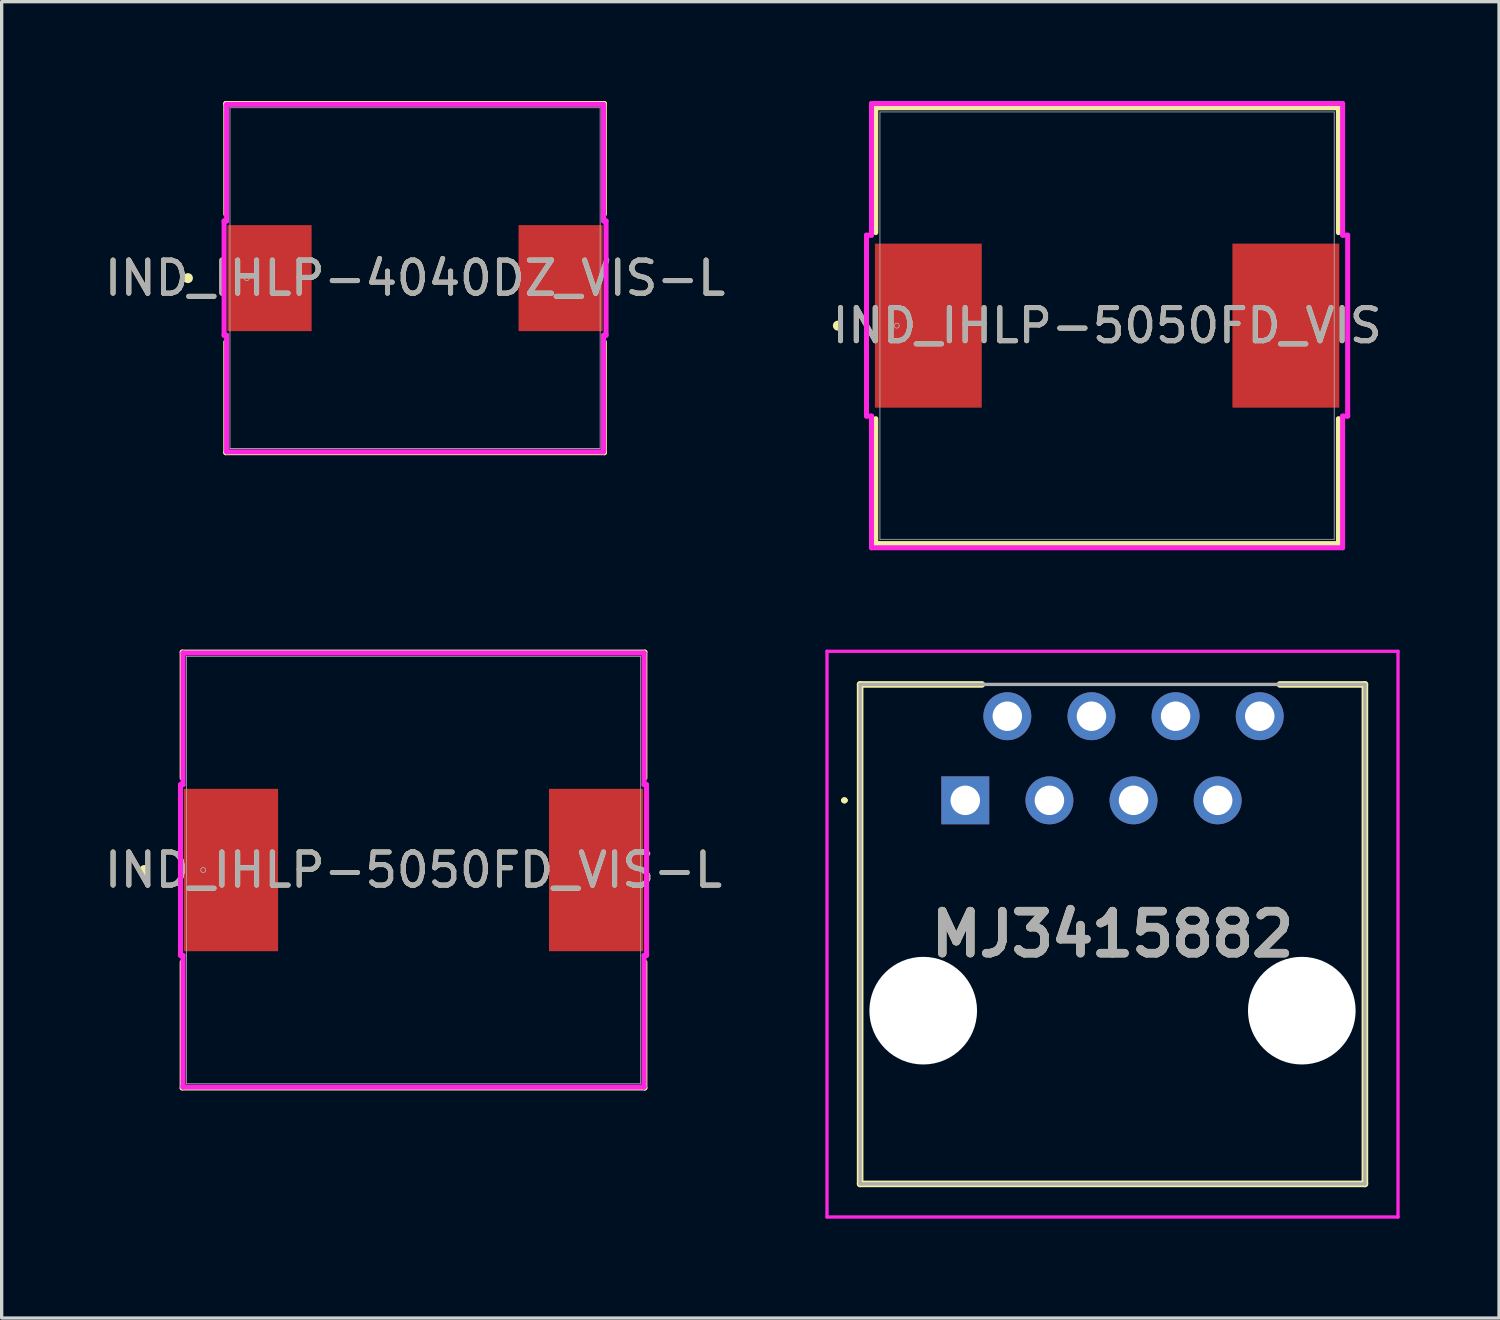
<source format=kicad_pcb>
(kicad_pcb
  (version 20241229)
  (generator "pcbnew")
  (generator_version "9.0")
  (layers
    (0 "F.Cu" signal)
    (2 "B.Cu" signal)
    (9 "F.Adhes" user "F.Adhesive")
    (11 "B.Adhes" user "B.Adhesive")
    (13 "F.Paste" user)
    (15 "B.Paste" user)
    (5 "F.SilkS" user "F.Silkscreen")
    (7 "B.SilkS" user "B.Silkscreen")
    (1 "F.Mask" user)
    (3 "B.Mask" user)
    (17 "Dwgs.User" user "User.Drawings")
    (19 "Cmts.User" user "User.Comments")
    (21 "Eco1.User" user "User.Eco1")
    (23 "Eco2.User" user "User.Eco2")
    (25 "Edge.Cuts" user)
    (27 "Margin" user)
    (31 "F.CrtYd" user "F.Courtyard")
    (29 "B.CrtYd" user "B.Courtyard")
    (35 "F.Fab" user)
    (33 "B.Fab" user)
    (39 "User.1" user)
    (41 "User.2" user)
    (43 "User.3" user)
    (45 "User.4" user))
  (footprint "MJ3415882"
    (layer "F.Cu")
    (at 26.094 21.114)
    (property "Reference" "MJ3415882" (at 4.445 4.04 0) (layer "F.SilkS") (effects (font (size 1.27 1.27) (thickness 0.254))))
    (attr through_hole)
    (fp_line (start -3.7 0) (end -3.7 0) (stroke (width 0.1) (type solid)) (layer "F.SilkS"))
    (fp_line (start -3.6 0) (end -3.6 0) (stroke (width 0.1) (type solid)) (layer "F.SilkS"))
    (fp_line (start -3.175 -3.5) (end -3.175 11.58) (stroke (width 0.2) (type solid)) (layer "F.SilkS"))
    (fp_line (start -3.175 11.58) (end 12.065 11.58) (stroke (width 0.2) (type solid)) (layer "F.SilkS"))
    (fp_line (start 0.5 -3.5) (end -3.175 -3.5) (stroke (width 0.2) (type solid)) (layer "F.SilkS"))
    (fp_line (start 12.065 -3.5) (end 9.5 -3.5) (stroke (width 0.2) (type solid)) (layer "F.SilkS"))
    (fp_line (start 12.065 11.58) (end 12.065 -3.5) (stroke (width 0.2) (type solid)) (layer "F.SilkS"))
    (fp_arc (start -3.7 0) (mid -3.65 -0.05) (end -3.6 0) (stroke (width 0.1) (type solid)) (layer "F.SilkS"))
    (fp_arc (start -3.6 0) (mid -3.65 0.05) (end -3.7 0) (stroke (width 0.1) (type solid)) (layer "F.SilkS"))
    (fp_line (start -4.175 -4.5) (end 13.065 -4.5) (stroke (width 0.1) (type solid)) (layer "F.CrtYd"))
    (fp_line (start -4.175 12.58) (end -4.175 -4.5) (stroke (width 0.1) (type solid)) (layer "F.CrtYd"))
    (fp_line (start 13.065 -4.5) (end 13.065 12.58) (stroke (width 0.1) (type solid)) (layer "F.CrtYd"))
    (fp_line (start 13.065 12.58) (end -4.175 12.58) (stroke (width 0.1) (type solid)) (layer "F.CrtYd"))
    (fp_line (start -3.175 -3.5) (end 12.065 -3.5) (stroke (width 0.1) (type solid)) (layer "F.Fab"))
    (fp_line (start -3.175 11.58) (end -3.175 -3.5) (stroke (width 0.1) (type solid)) (layer "F.Fab"))
    (fp_line (start 12.065 -3.5) (end 12.065 11.58) (stroke (width 0.1) (type solid)) (layer "F.Fab"))
    (fp_line (start 12.065 11.58) (end -3.175 11.58) (stroke (width 0.1) (type solid)) (layer "F.Fab"))
    (fp_text user "${REFERENCE}" (at 4.445 4.04 0) (layer "F.Fab") (effects (font (size 1.27 1.27) (thickness 0.254))))
    (pad "" np_thru_hole circle (at -1.27 6.35) (size 3.25 3.25) (drill 3.25) (layers "*.Cu" "*.Mask"))
    (pad "" np_thru_hole circle (at 10.16 6.35) (size 3.25 3.25) (drill 3.25) (layers "*.Cu" "*.Mask"))
    (pad "1" thru_hole rect (at 0 0) (size 1.446 1.446) (drill 0.89) (layers "*.Cu" "*.Mask"))
    (pad "2" thru_hole circle (at 1.27 -2.54) (size 1.446 1.446) (drill 0.89) (layers "*.Cu" "*.Mask"))
    (pad "3" thru_hole circle (at 2.54 0) (size 1.446 1.446) (drill 0.89) (layers "*.Cu" "*.Mask"))
    (pad "4" thru_hole circle (at 3.81 -2.54) (size 1.446 1.446) (drill 0.89) (layers "*.Cu" "*.Mask"))
    (pad "5" thru_hole circle (at 5.08 0) (size 1.446 1.446) (drill 0.89) (layers "*.Cu" "*.Mask"))
    (pad "6" thru_hole circle (at 6.35 -2.54) (size 1.446 1.446) (drill 0.89) (layers "*.Cu" "*.Mask"))
    (pad "7" thru_hole circle (at 7.62 0) (size 1.446 1.446) (drill 0.89) (layers "*.Cu" "*.Mask"))
    (pad "8" thru_hole circle (at 8.89 -2.54) (size 1.446 1.446) (drill 0.89) (layers "*.Cu" "*.Mask")))
  (footprint "IND_IHLP-5050FD_VIS-L"
    (layer "F.Cu")
    (at 9.435 23.218)
    (property "Reference" "IND_IHLP-5050FD_VIS-L" (at 0 0 0) (unlocked yes) (layer "F.SilkS") (effects (font (size 1 1) (thickness 0.15))))
    (attr smd)
    (fp_line (start -6.985 -6.579) (end -6.985 -2.78) (stroke (width 0.152) (type solid)) (layer "F.SilkS"))
    (fp_line (start -6.985 2.78) (end -6.985 6.579) (stroke (width 0.152) (type solid)) (layer "F.SilkS"))
    (fp_line (start -6.985 6.579) (end 6.985 6.579) (stroke (width 0.152) (type solid)) (layer "F.SilkS"))
    (fp_line (start 6.985 -6.579) (end -6.985 -6.579) (stroke (width 0.152) (type solid)) (layer "F.SilkS"))
    (fp_line (start 6.985 -2.78) (end 6.985 -6.579) (stroke (width 0.152) (type solid)) (layer "F.SilkS"))
    (fp_line (start 6.985 6.579) (end 6.985 2.78) (stroke (width 0.152) (type solid)) (layer "F.SilkS"))
    (fp_circle (center -8.128 0) (end -8.052 0) (stroke (width 0.152) (type solid)) (fill no) (layer "F.SilkS"))
    (fp_line (start -7.036 -2.578) (end -6.96 -2.578) (stroke (width 0.152) (type solid)) (layer "F.CrtYd"))
    (fp_line (start -7.036 2.578) (end -7.036 -2.578) (stroke (width 0.152) (type solid)) (layer "F.CrtYd"))
    (fp_line (start -6.96 -6.553) (end 6.96 -6.553) (stroke (width 0.152) (type solid)) (layer "F.CrtYd"))
    (fp_line (start -6.96 -2.578) (end -6.96 -6.553) (stroke (width 0.152) (type solid)) (layer "F.CrtYd"))
    (fp_line (start -6.96 2.578) (end -7.036 2.578) (stroke (width 0.152) (type solid)) (layer "F.CrtYd"))
    (fp_line (start -6.96 6.553) (end -6.96 2.578) (stroke (width 0.152) (type solid)) (layer "F.CrtYd"))
    (fp_line (start 6.96 -6.553) (end 6.96 -2.578) (stroke (width 0.152) (type solid)) (layer "F.CrtYd"))
    (fp_line (start 6.96 -2.578) (end 7.036 -2.578) (stroke (width 0.152) (type solid)) (layer "F.CrtYd"))
    (fp_line (start 6.96 2.578) (end 6.96 6.553) (stroke (width 0.152) (type solid)) (layer "F.CrtYd"))
    (fp_line (start 6.96 6.553) (end -6.96 6.553) (stroke (width 0.152) (type solid)) (layer "F.CrtYd"))
    (fp_line (start 7.036 -2.578) (end 7.036 2.578) (stroke (width 0.152) (type solid)) (layer "F.CrtYd"))
    (fp_line (start 7.036 2.578) (end 6.96 2.578) (stroke (width 0.152) (type solid)) (layer "F.CrtYd"))
    (fp_line (start -6.858 -6.452) (end -6.858 6.452) (stroke (width 0.025) (type solid)) (layer "F.Fab"))
    (fp_line (start -6.858 6.452) (end 6.858 6.452) (stroke (width 0.025) (type solid)) (layer "F.Fab"))
    (fp_line (start 6.858 -6.452) (end -6.858 -6.452) (stroke (width 0.025) (type solid)) (layer "F.Fab"))
    (fp_line (start 6.858 6.452) (end 6.858 -6.452) (stroke (width 0.025) (type solid)) (layer "F.Fab"))
    (fp_circle (center -6.35 0) (end -6.274 0) (stroke (width 0.025) (type solid)) (fill no) (layer "F.Fab"))
    (fp_text user "${REFERENCE}" (at 0 0 0) (unlocked yes) (layer "F.Fab") (effects (font (size 1 1) (thickness 0.15))))
    (pad "1" smd rect (at -5.512 0 90) (size 4.902 2.845) (layers "F.Cu" "F.Mask" "F.Paste"))
    (pad "2" smd rect (at 5.512 0 90) (size 4.902 2.845) (layers "F.Cu" "F.Mask" "F.Paste"))
    (zone (net_name "") (layer "F.Cu") (hatch full 0.508) (connect_pads) (min_thickness 0.254) (filled_areas_thickness no) (keepout (tracks not_allowed) (vias not_allowed) (pads allowed) (copperpour not_allowed) (footprints allowed)) (placement (enabled no)) (fill) (polygon (pts (xy 2.627 16.818) (xy 16.242 16.818) (xy 16.242 20.691) (xy 2.627 20.691))))
    (zone (net_name "") (layer "F.Cu") (hatch full 0.508) (connect_pads) (min_thickness 0.254) (filled_areas_thickness no) (keepout (tracks not_allowed) (vias not_allowed) (pads allowed) (copperpour not_allowed) (footprints allowed)) (placement (enabled no)) (fill) (polygon (pts (xy 2.627 25.746) (xy 16.242 25.746) (xy 16.242 29.619) (xy 2.627 29.619))))
    (zone (net_name "") (layer "F.Cu") (hatch full 0.508) (connect_pads) (min_thickness 0.254) (filled_areas_thickness no) (keepout (tracks not_allowed) (vias not_allowed) (pads allowed) (copperpour not_allowed) (footprints allowed)) (placement (enabled no)) (fill) (polygon (pts (xy 5.396 20.691) (xy 13.473 20.691) (xy 13.473 25.746) (xy 5.396 25.746)))))
  (footprint "IND_IHLP-4040DZ_VIS-L"
    (layer "F.Cu")
    (at 9.482 5.347)
    (property "Reference" "IND_IHLP-4040DZ_VIS-L" (at 0 0 0) (unlocked yes) (layer "F.SilkS") (effects (font (size 1 1) (thickness 0.15))))
    (attr smd)
    (fp_line (start -5.715 -5.271) (end -5.715 -1.929) (stroke (width 0.152) (type solid)) (layer "F.SilkS"))
    (fp_line (start -5.715 1.929) (end -5.715 5.271) (stroke (width 0.152) (type solid)) (layer "F.SilkS"))
    (fp_line (start -5.715 5.271) (end 5.715 5.271) (stroke (width 0.152) (type solid)) (layer "F.SilkS"))
    (fp_line (start 5.715 -5.271) (end -5.715 -5.271) (stroke (width 0.152) (type solid)) (layer "F.SilkS"))
    (fp_line (start 5.715 -1.929) (end 5.715 -5.271) (stroke (width 0.152) (type solid)) (layer "F.SilkS"))
    (fp_line (start 5.715 5.271) (end 5.715 1.929) (stroke (width 0.152) (type solid)) (layer "F.SilkS"))
    (fp_circle (center -6.858 0) (end -6.782 0) (stroke (width 0.152) (type solid)) (fill no) (layer "F.SilkS"))
    (fp_line (start -5.766 -1.727) (end -5.69 -1.727) (stroke (width 0.152) (type solid)) (layer "F.CrtYd"))
    (fp_line (start -5.766 1.727) (end -5.766 -1.727) (stroke (width 0.152) (type solid)) (layer "F.CrtYd"))
    (fp_line (start -5.69 -5.245) (end 5.69 -5.245) (stroke (width 0.152) (type solid)) (layer "F.CrtYd"))
    (fp_line (start -5.69 -1.727) (end -5.69 -5.245) (stroke (width 0.152) (type solid)) (layer "F.CrtYd"))
    (fp_line (start -5.69 1.727) (end -5.766 1.727) (stroke (width 0.152) (type solid)) (layer "F.CrtYd"))
    (fp_line (start -5.69 5.245) (end -5.69 1.727) (stroke (width 0.152) (type solid)) (layer "F.CrtYd"))
    (fp_line (start 5.69 -5.245) (end 5.69 -1.727) (stroke (width 0.152) (type solid)) (layer "F.CrtYd"))
    (fp_line (start 5.69 -1.727) (end 5.766 -1.727) (stroke (width 0.152) (type solid)) (layer "F.CrtYd"))
    (fp_line (start 5.69 1.727) (end 5.69 5.245) (stroke (width 0.152) (type solid)) (layer "F.CrtYd"))
    (fp_line (start 5.69 5.245) (end -5.69 5.245) (stroke (width 0.152) (type solid)) (layer "F.CrtYd"))
    (fp_line (start 5.766 -1.727) (end 5.766 1.727) (stroke (width 0.152) (type solid)) (layer "F.CrtYd"))
    (fp_line (start 5.766 1.727) (end 5.69 1.727) (stroke (width 0.152) (type solid)) (layer "F.CrtYd"))
    (fp_line (start -5.588 -5.144) (end -5.588 5.144) (stroke (width 0.025) (type solid)) (layer "F.Fab"))
    (fp_line (start -5.588 5.144) (end 5.588 5.144) (stroke (width 0.025) (type solid)) (layer "F.Fab"))
    (fp_line (start 5.588 -5.144) (end -5.588 -5.144) (stroke (width 0.025) (type solid)) (layer "F.Fab"))
    (fp_line (start 5.588 5.144) (end 5.588 -5.144) (stroke (width 0.025) (type solid)) (layer "F.Fab"))
    (fp_circle (center -5.08 0) (end -5.004 0) (stroke (width 0.025) (type solid)) (fill no) (layer "F.Fab"))
    (fp_text user "${REFERENCE}" (at 0 0 0) (unlocked yes) (layer "F.Fab") (effects (font (size 1 1) (thickness 0.15))))
    (pad "1" smd rect (at -4.394 0 90) (size 3.2 2.54) (layers "F.Cu" "F.Mask" "F.Paste"))
    (pad "2" smd rect (at 4.394 0 90) (size 3.2 2.54) (layers "F.Cu" "F.Mask" "F.Paste"))
    (zone (net_name "") (layer "F.Cu") (hatch full 0.508) (connect_pads) (min_thickness 0.254) (filled_areas_thickness no) (keepout (tracks not_allowed) (vias not_allowed) (pads allowed) (copperpour not_allowed) (footprints allowed)) (placement (enabled no)) (fill) (polygon (pts (xy 3.945 0.254) (xy 15.019 0.254) (xy 15.019 3.67) (xy 3.945 3.67))))
    (zone (net_name "") (layer "F.Cu") (hatch full 0.508) (connect_pads) (min_thickness 0.254) (filled_areas_thickness no) (keepout (tracks not_allowed) (vias not_allowed) (pads allowed) (copperpour not_allowed) (footprints allowed)) (placement (enabled no)) (fill) (polygon (pts (xy 3.945 7.023) (xy 15.019 7.023) (xy 15.019 10.439) (xy 3.945 10.439))))
    (zone (net_name "") (layer "F.Cu") (hatch full 0.508) (connect_pads) (min_thickness 0.254) (filled_areas_thickness no) (keepout (tracks not_allowed) (vias not_allowed) (pads allowed) (copperpour not_allowed) (footprints allowed)) (placement (enabled no)) (fill) (polygon (pts (xy 6.409 3.67) (xy 12.556 3.67) (xy 12.556 7.023) (xy 6.409 7.023)))))
  (footprint "IND_IHLP-5050FD_VIS"
    (layer "F.Cu")
    (at 30.375 6.782)
    (property "Reference" "IND_IHLP-5050FD_VIS" (at 0 0 0) (unlocked yes) (layer "F.SilkS") (effects (font (size 1 1) (thickness 0.15))))
    (attr smd)
    (fp_line (start -6.985 -6.579) (end -6.985 -2.809) (stroke (width 0.152) (type solid)) (layer "F.SilkS"))
    (fp_line (start -6.985 2.809) (end -6.985 6.579) (stroke (width 0.152) (type solid)) (layer "F.SilkS"))
    (fp_line (start -6.985 6.579) (end 6.985 6.579) (stroke (width 0.152) (type solid)) (layer "F.SilkS"))
    (fp_line (start 6.985 -6.579) (end -6.985 -6.579) (stroke (width 0.152) (type solid)) (layer "F.SilkS"))
    (fp_line (start 6.985 -2.809) (end 6.985 -6.579) (stroke (width 0.152) (type solid)) (layer "F.SilkS"))
    (fp_line (start 6.985 6.579) (end 6.985 2.809) (stroke (width 0.152) (type solid)) (layer "F.SilkS"))
    (fp_circle (center -8.128 0) (end -8.052 0) (stroke (width 0.152) (type solid)) (fill no) (layer "F.SilkS"))
    (fp_line (start -7.264 -2.731) (end -7.112 -2.731) (stroke (width 0.152) (type solid)) (layer "F.CrtYd"))
    (fp_line (start -7.264 2.731) (end -7.264 -2.731) (stroke (width 0.152) (type solid)) (layer "F.CrtYd"))
    (fp_line (start -7.112 -6.706) (end 7.112 -6.706) (stroke (width 0.152) (type solid)) (layer "F.CrtYd"))
    (fp_line (start -7.112 -2.731) (end -7.112 -6.706) (stroke (width 0.152) (type solid)) (layer "F.CrtYd"))
    (fp_line (start -7.112 2.731) (end -7.264 2.731) (stroke (width 0.152) (type solid)) (layer "F.CrtYd"))
    (fp_line (start -7.112 6.706) (end -7.112 2.731) (stroke (width 0.152) (type solid)) (layer "F.CrtYd"))
    (fp_line (start 7.112 -6.706) (end 7.112 -2.731) (stroke (width 0.152) (type solid)) (layer "F.CrtYd"))
    (fp_line (start 7.112 -2.731) (end 7.264 -2.731) (stroke (width 0.152) (type solid)) (layer "F.CrtYd"))
    (fp_line (start 7.112 2.731) (end 7.112 6.706) (stroke (width 0.152) (type solid)) (layer "F.CrtYd"))
    (fp_line (start 7.112 6.706) (end -7.112 6.706) (stroke (width 0.152) (type solid)) (layer "F.CrtYd"))
    (fp_line (start 7.264 -2.731) (end 7.264 2.731) (stroke (width 0.152) (type solid)) (layer "F.CrtYd"))
    (fp_line (start 7.264 2.731) (end 7.112 2.731) (stroke (width 0.152) (type solid)) (layer "F.CrtYd"))
    (fp_line (start -6.858 -6.452) (end -6.858 6.452) (stroke (width 0.025) (type solid)) (layer "F.Fab"))
    (fp_line (start -6.858 6.452) (end 6.858 6.452) (stroke (width 0.025) (type solid)) (layer "F.Fab"))
    (fp_line (start 6.858 -6.452) (end -6.858 -6.452) (stroke (width 0.025) (type solid)) (layer "F.Fab"))
    (fp_line (start 6.858 6.452) (end 6.858 -6.452) (stroke (width 0.025) (type solid)) (layer "F.Fab"))
    (fp_circle (center -6.35 0) (end -6.274 0) (stroke (width 0.025) (type solid)) (fill no) (layer "F.Fab"))
    (fp_text user "${REFERENCE}" (at 0 0 0) (unlocked yes) (layer "F.Fab") (effects (font (size 1 1) (thickness 0.15))))
    (pad "1" smd rect (at -5.397 0 90) (size 4.953 3.226) (layers "F.Cu" "F.Mask" "F.Paste"))
    (pad "2" smd rect (at 5.397 0 90) (size 4.953 3.226) (layers "F.Cu" "F.Mask" "F.Paste"))
    (zone (net_name "") (layer "F.Cu") (hatch full 0.508) (connect_pads) (min_thickness 0.254) (filled_areas_thickness no) (keepout (tracks not_allowed) (vias not_allowed) (pads allowed) (copperpour not_allowed) (footprints allowed)) (placement (enabled no)) (fill) (polygon (pts (xy 23.568 0.381) (xy 37.182 0.381) (xy 37.182 4.255) (xy 23.568 4.255))))
    (zone (net_name "") (layer "F.Cu") (hatch full 0.508) (connect_pads) (min_thickness 0.254) (filled_areas_thickness no) (keepout (tracks not_allowed) (vias not_allowed) (pads allowed) (copperpour not_allowed) (footprints allowed)) (placement (enabled no)) (fill) (polygon (pts (xy 23.568 9.309) (xy 37.182 9.309) (xy 37.182 13.183) (xy 23.568 13.183))))
    (zone (net_name "") (layer "F.Cu") (hatch full 0.508) (connect_pads) (min_thickness 0.254) (filled_areas_thickness no) (keepout (tracks not_allowed) (vias not_allowed) (pads allowed) (copperpour not_allowed) (footprints allowed)) (placement (enabled no)) (fill) (polygon (pts (xy 26.641 4.255) (xy 34.109 4.255) (xy 34.109 9.309) (xy 26.641 9.309)))))
  (gr_rect
    (start -3 -3)
    (end 42.209 36.744)
    (stroke (width 0.1) (type default))
    (fill no)
    (layer "Edge.Cuts")))
</source>
